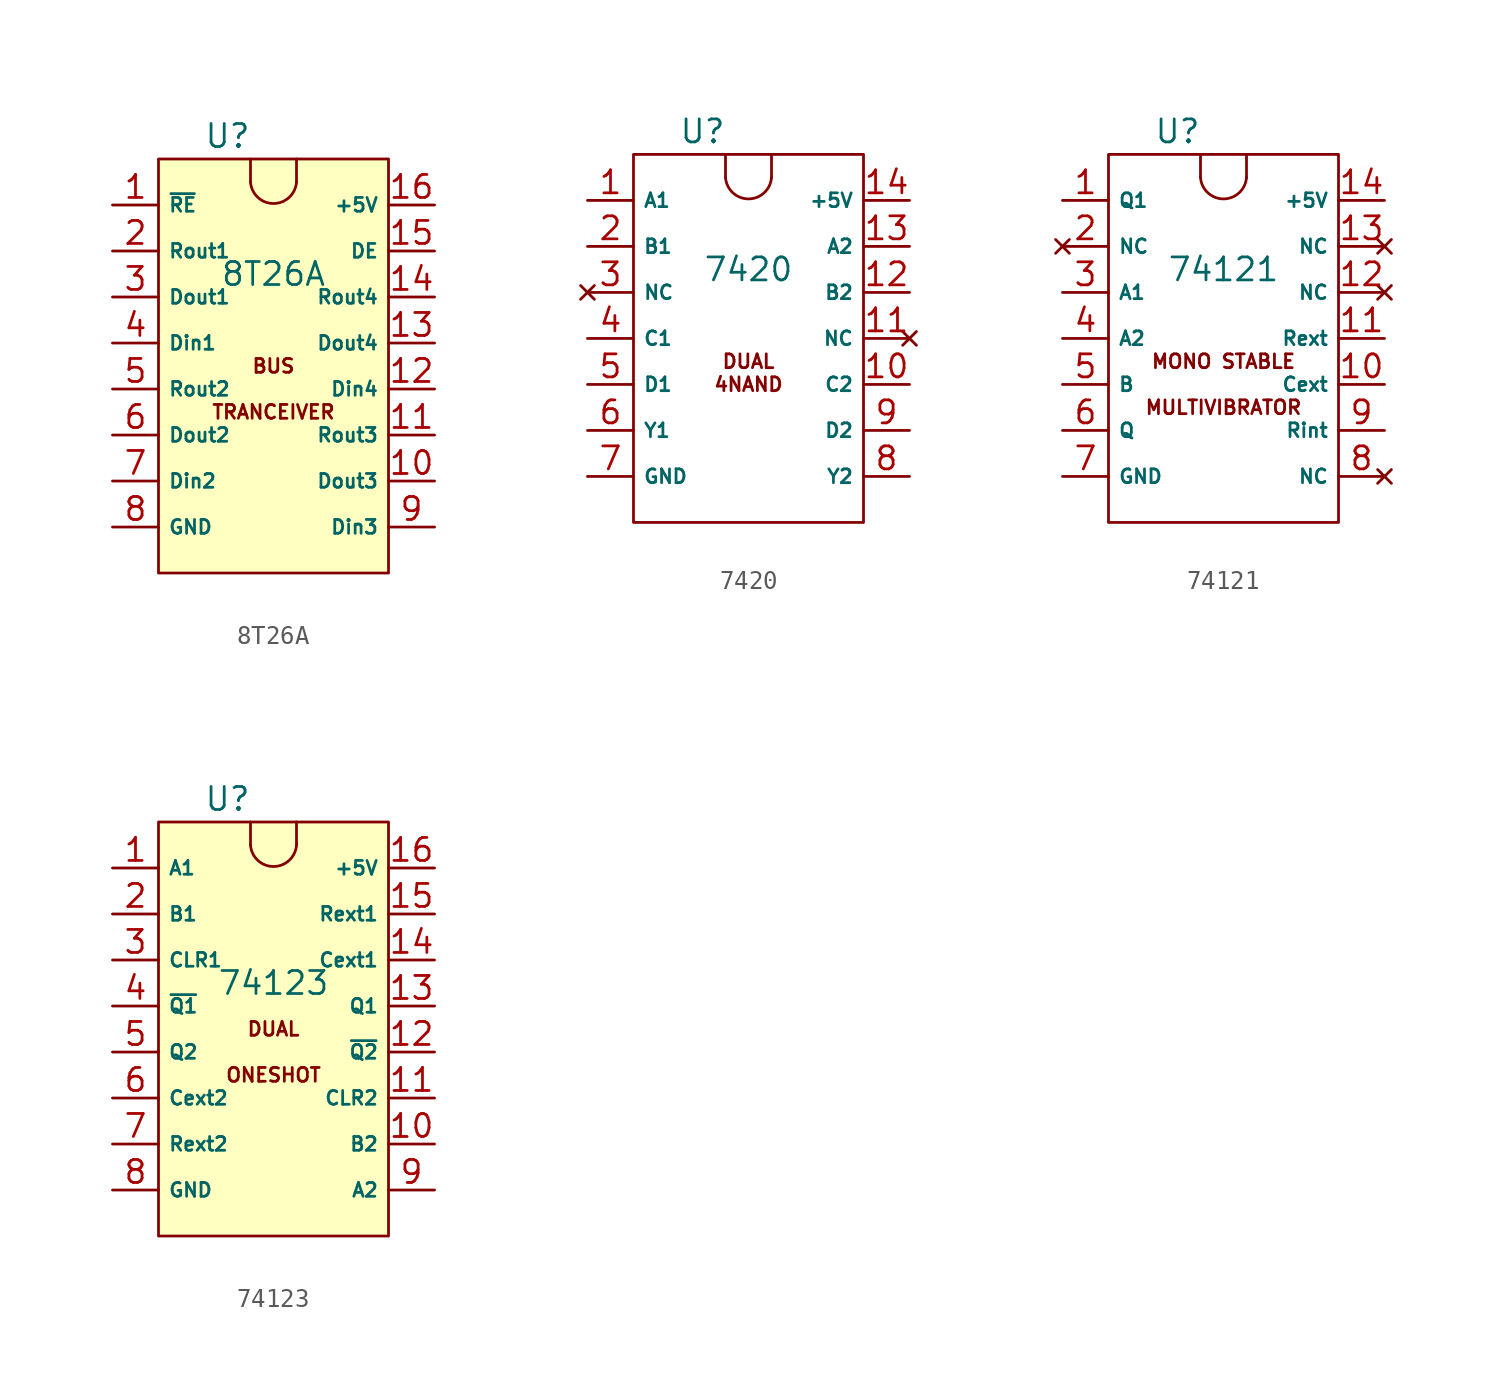
<source format=kicad_sym>
(kicad_symbol_lib
  (version 20211014)
  (generator kicad_symbol_editor)
  (symbol "8T26A"
    (property "Reference" "U"
      (at 6.35 26.67 0)
      (effects (font (size 1.27 1.27))))
    (property "Value" "8T26A"
      (at 8.89 19.05 0)
      (effects (font (size 1.27 1.27))))
    (symbol "8T26A_0_0"
      (rectangle (start 2.54 25.4) (end 15.24 2.54) (stroke (width 0) (type default) (color 0 0 0 0)) (fill (type background)))
      (text "BUS" (at 8.89 13.97 0) (effects (font (size 0.762 0.762))))
      (text "TRANCEIVER" (at 8.89 11.43 0) (effects (font (size 0.762 0.762)))))
    (symbol "8T26A_0_1"
      (polyline (pts (xy 7.62 25.4) (xy 7.62 24.13)) (stroke (width 0) (type default) (color 0 0 0 0)) (fill (type none)))
      (polyline (pts (xy 10.16 25.4) (xy 10.16 24.13)) (stroke (width 0) (type default) (color 0 0 0 0)) (fill (type none)))
      (arc (start 7.62 24.13) (mid 8.89 22.943) (end 10.16 24.13) (stroke (width 0) (type default) (color 0 0 0 0)) (fill (type none))))
    (symbol "8T26A_1_1"
      (pin input line (at 0 22.86 0) (length 2.54) (name "~{RE}" (effects (font (size 0.762 0.762)))) (number "1" (effects (font (size 1.27 1.27)))))
      (pin tri_state line (at 17.78 7.62 180) (length 2.54) (name "Dout3" (effects (font (size 0.762 0.762)))) (number "10" (effects (font (size 1.27 1.27)))))
      (pin tri_state line (at 17.78 10.16 180) (length 2.54) (name "Rout3" (effects (font (size 0.762 0.762)))) (number "11" (effects (font (size 1.27 1.27)))))
      (pin input line (at 17.78 12.7 180) (length 2.54) (name "Din4" (effects (font (size 0.762 0.762)))) (number "12" (effects (font (size 1.27 1.27)))))
      (pin tri_state line (at 17.78 15.24 180) (length 2.54) (name "Dout4" (effects (font (size 0.762 0.762)))) (number "13" (effects (font (size 1.27 1.27)))))
      (pin tri_state line (at 17.78 17.78 180) (length 2.54) (name "Rout4" (effects (font (size 0.762 0.762)))) (number "14" (effects (font (size 1.27 1.27)))))
      (pin input line (at 17.78 20.32 180) (length 2.54) (name "DE" (effects (font (size 0.762 0.762)))) (number "15" (effects (font (size 1.27 1.27)))))
      (pin power_in line (at 17.78 22.86 180) (length 2.54) (name "+5V" (effects (font (size 0.762 0.762)))) (number "16" (effects (font (size 1.27 1.27)))))
      (pin tri_state line (at 0 20.32 0) (length 2.54) (name "Rout1" (effects (font (size 0.762 0.762)))) (number "2" (effects (font (size 1.27 1.27)))))
      (pin tri_state line (at 0 17.78 0) (length 2.54) (name "Dout1" (effects (font (size 0.762 0.762)))) (number "3" (effects (font (size 1.27 1.27)))))
      (pin input line (at 0 15.24 0) (length 2.54) (name "Din1" (effects (font (size 0.762 0.762)))) (number "4" (effects (font (size 1.27 1.27)))))
      (pin tri_state line (at 0 12.7 0) (length 2.54) (name "Rout2" (effects (font (size 0.762 0.762)))) (number "5" (effects (font (size 1.27 1.27)))))
      (pin tri_state line (at 0 10.16 0) (length 2.54) (name "Dout2" (effects (font (size 0.762 0.762)))) (number "6" (effects (font (size 1.27 1.27)))))
      (pin input line (at 0 7.62 0) (length 2.54) (name "Din2" (effects (font (size 0.762 0.762)))) (number "7" (effects (font (size 1.27 1.27)))))
      (pin power_in line (at 0 5.08 0) (length 2.54) (name "GND" (effects (font (size 0.762 0.762)))) (number "8" (effects (font (size 1.27 1.27)))))
      (pin input line (at 17.78 5.08 180) (length 2.54) (name "Din3" (effects (font (size 0.762 0.762)))) (number "9" (effects (font (size 1.27 1.27)))))))
  (symbol "7420"
    (property "Reference" "U"
      (at 6.35 26.67 0)
      (effects (font (size 1.27 1.27))))
    (property "Value" "7420"
      (at 8.89 19.05 0)
      (effects (font (size 1.27 1.27))))
    (symbol "7420_0_0"
      (text "4NAND" (at 8.89 12.7 0) (effects (font (size 0.762 0.762))))
      (text "DUAL" (at 8.89 13.97 0) (effects (font (size 0.762 0.762)))))
    (symbol "7420_0_1"
      (polyline (pts (xy 7.62 25.4) (xy 7.62 24.13)) (stroke (width 0) (type default) (color 0 0 0 0)) (fill (type none)))
      (polyline (pts (xy 10.16 25.4) (xy 10.16 24.13)) (stroke (width 0) (type default) (color 0 0 0 0)) (fill (type none)))
      (rectangle (start 2.54 25.4) (end 15.24 5.08) (stroke (width 0) (type default) (color 0 0 0 0)) (fill (type none)))
      (arc (start 7.62 24.13) (mid 8.89 22.943) (end 10.16 24.13) (stroke (width 0) (type default) (color 0 0 0 0)) (fill (type none))))
    (symbol "7420_1_1"
      (pin input line (at 0 22.86 0) (length 2.54) (name "A1" (effects (font (size 0.762 0.762)))) (number "1" (effects (font (size 1.27 1.27)))))
      (pin input line (at 17.78 12.7 180) (length 2.54) (name "C2" (effects (font (size 0.762 0.762)))) (number "10" (effects (font (size 1.27 1.27)))))
      (pin no_connect line (at 17.78 15.24 180) (length 2.54) (name "NC" (effects (font (size 0.762 0.762)))) (number "11" (effects (font (size 1.27 1.27)))))
      (pin input line (at 17.78 17.78 180) (length 2.54) (name "B2" (effects (font (size 0.762 0.762)))) (number "12" (effects (font (size 1.27 1.27)))))
      (pin input line (at 17.78 20.32 180) (length 2.54) (name "A2" (effects (font (size 0.762 0.762)))) (number "13" (effects (font (size 1.27 1.27)))))
      (pin power_in line (at 17.78 22.86 180) (length 2.54) (name "+5V" (effects (font (size 0.762 0.762)))) (number "14" (effects (font (size 1.27 1.27)))))
      (pin input line (at 0 20.32 0) (length 2.54) (name "B1" (effects (font (size 0.762 0.762)))) (number "2" (effects (font (size 1.27 1.27)))))
      (pin no_connect line (at 0 17.78 0) (length 2.54) (name "NC" (effects (font (size 0.762 0.762)))) (number "3" (effects (font (size 1.27 1.27)))))
      (pin input line (at 0 15.24 0) (length 2.54) (name "C1" (effects (font (size 0.762 0.762)))) (number "4" (effects (font (size 1.27 1.27)))))
      (pin input line (at 0 12.7 0) (length 2.54) (name "D1" (effects (font (size 0.762 0.762)))) (number "5" (effects (font (size 1.27 1.27)))))
      (pin output line (at 0 10.16 0) (length 2.54) (name "Y1" (effects (font (size 0.762 0.762)))) (number "6" (effects (font (size 1.27 1.27)))))
      (pin power_in line (at 0 7.62 0) (length 2.54) (name "GND" (effects (font (size 0.762 0.762)))) (number "7" (effects (font (size 1.27 1.27)))))
      (pin output line (at 17.78 7.62 180) (length 2.54) (name "Y2" (effects (font (size 0.762 0.762)))) (number "8" (effects (font (size 1.27 1.27)))))
      (pin input line (at 17.78 10.16 180) (length 2.54) (name "D2" (effects (font (size 0.762 0.762)))) (number "9" (effects (font (size 1.27 1.27)))))))
  (symbol "74121"
    (property "Reference" "U"
      (at 6.35 26.67 0)
      (effects (font (size 1.27 1.27))))
    (property "Value" "74121"
      (at 8.89 19.05 0)
      (effects (font (size 1.27 1.27))))
    (symbol "74121_0_0"
      (text "MONO STABLE" (at 8.89 13.97 0) (effects (font (size 0.762 0.762))))
      (text "MULTIVIBRATOR" (at 8.89 11.43 0) (effects (font (size 0.762 0.762)))))
    (symbol "74121_0_1"
      (polyline (pts (xy 7.62 25.4) (xy 7.62 24.13)) (stroke (width 0) (type default) (color 0 0 0 0)) (fill (type none)))
      (polyline (pts (xy 10.16 25.4) (xy 10.16 24.13)) (stroke (width 0) (type default) (color 0 0 0 0)) (fill (type none)))
      (rectangle (start 2.54 25.4) (end 15.24 5.08) (stroke (width 0) (type default) (color 0 0 0 0)) (fill (type none)))
      (arc (start 7.62 24.13) (mid 8.89 22.943) (end 10.16 24.13) (stroke (width 0) (type default) (color 0 0 0 0)) (fill (type none))))
    (symbol "74121_1_1"
      (pin input line (at 0 22.86 0) (length 2.54) (name "Q1" (effects (font (size 0.762 0.762)))) (number "1" (effects (font (size 1.27 1.27)))))
      (pin input line (at 17.78 12.7 180) (length 2.54) (name "Cext" (effects (font (size 0.762 0.762)))) (number "10" (effects (font (size 1.27 1.27)))))
      (pin input line (at 17.78 15.24 180) (length 2.54) (name "Rext" (effects (font (size 0.762 0.762)))) (number "11" (effects (font (size 1.27 1.27)))))
      (pin no_connect line (at 17.78 17.78 180) (length 2.54) (name "NC" (effects (font (size 0.762 0.762)))) (number "12" (effects (font (size 1.27 1.27)))))
      (pin no_connect line (at 17.78 20.32 180) (length 2.54) (name "NC" (effects (font (size 0.762 0.762)))) (number "13" (effects (font (size 1.27 1.27)))))
      (pin power_in line (at 17.78 22.86 180) (length 2.54) (name "+5V" (effects (font (size 0.762 0.762)))) (number "14" (effects (font (size 1.27 1.27)))))
      (pin no_connect line (at 0 20.32 0) (length 2.54) (name "NC" (effects (font (size 0.762 0.762)))) (number "2" (effects (font (size 1.27 1.27)))))
      (pin input line (at 0 17.78 0) (length 2.54) (name "A1" (effects (font (size 0.762 0.762)))) (number "3" (effects (font (size 1.27 1.27)))))
      (pin input line (at 0 15.24 0) (length 2.54) (name "A2" (effects (font (size 0.762 0.762)))) (number "4" (effects (font (size 1.27 1.27)))))
      (pin input line (at 0 12.7 0) (length 2.54) (name "B" (effects (font (size 0.762 0.762)))) (number "5" (effects (font (size 1.27 1.27)))))
      (pin output line (at 0 10.16 0) (length 2.54) (name "Q" (effects (font (size 0.762 0.762)))) (number "6" (effects (font (size 1.27 1.27)))))
      (pin power_in line (at 0 7.62 0) (length 2.54) (name "GND" (effects (font (size 0.762 0.762)))) (number "7" (effects (font (size 1.27 1.27)))))
      (pin no_connect line (at 17.78 7.62 180) (length 2.54) (name "NC" (effects (font (size 0.762 0.762)))) (number "8" (effects (font (size 1.27 1.27)))))
      (pin input line (at 17.78 10.16 180) (length 2.54) (name "Rint" (effects (font (size 0.762 0.762)))) (number "9" (effects (font (size 1.27 1.27)))))))
  (symbol "74123"
    (property "Reference" "U"
      (at 6.35 26.67 0)
      (effects (font (size 1.27 1.27))))
    (property "Value" "74123"
      (at 8.89 16.51 0)
      (effects (font (size 1.27 1.27))))
    (symbol "74123_0_0"
      (rectangle (start 2.54 25.4) (end 15.24 2.54) (stroke (width 0) (type default) (color 0 0 0 0)) (fill (type background)))
      (text "DUAL" (at 8.89 13.97 0) (effects (font (size 0.762 0.762))))
      (text "ONESHOT" (at 8.89 11.43 0) (effects (font (size 0.762 0.762)))))
    (symbol "74123_0_1"
      (polyline (pts (xy 7.62 25.4) (xy 7.62 24.13)) (stroke (width 0) (type default) (color 0 0 0 0)) (fill (type none)))
      (polyline (pts (xy 10.16 25.4) (xy 10.16 24.13)) (stroke (width 0) (type default) (color 0 0 0 0)) (fill (type none)))
      (arc (start 7.62 24.13) (mid 8.89 22.943) (end 10.16 24.13) (stroke (width 0) (type default) (color 0 0 0 0)) (fill (type none))))
    (symbol "74123_1_1"
      (pin input line (at 0 22.86 0) (length 2.54) (name "A1" (effects (font (size 0.762 0.762)))) (number "1" (effects (font (size 1.27 1.27)))))
      (pin input line (at 17.78 7.62 180) (length 2.54) (name "B2" (effects (font (size 0.762 0.762)))) (number "10" (effects (font (size 1.27 1.27)))))
      (pin input line (at 17.78 10.16 180) (length 2.54) (name "CLR2" (effects (font (size 0.762 0.762)))) (number "11" (effects (font (size 1.27 1.27)))))
      (pin input line (at 17.78 12.7 180) (length 2.54) (name "~{Q2}" (effects (font (size 0.762 0.762)))) (number "12" (effects (font (size 1.27 1.27)))))
      (pin output line (at 17.78 15.24 180) (length 2.54) (name "Q1" (effects (font (size 0.762 0.762)))) (number "13" (effects (font (size 1.27 1.27)))))
      (pin input line (at 17.78 17.78 180) (length 2.54) (name "Cext1" (effects (font (size 0.762 0.762)))) (number "14" (effects (font (size 1.27 1.27)))))
      (pin input line (at 17.78 20.32 180) (length 2.54) (name "Rext1" (effects (font (size 0.762 0.762)))) (number "15" (effects (font (size 1.27 1.27)))))
      (pin power_in line (at 17.78 22.86 180) (length 2.54) (name "+5V" (effects (font (size 0.762 0.762)))) (number "16" (effects (font (size 1.27 1.27)))))
      (pin input line (at 0 20.32 0) (length 2.54) (name "B1" (effects (font (size 0.762 0.762)))) (number "2" (effects (font (size 1.27 1.27)))))
      (pin input line (at 0 17.78 0) (length 2.54) (name "CLR1" (effects (font (size 0.762 0.762)))) (number "3" (effects (font (size 1.27 1.27)))))
      (pin output line (at 0 15.24 0) (length 2.54) (name "~{Q1}" (effects (font (size 0.762 0.762)))) (number "4" (effects (font (size 1.27 1.27)))))
      (pin output line (at 0 12.7 0) (length 2.54) (name "Q2" (effects (font (size 0.762 0.762)))) (number "5" (effects (font (size 1.27 1.27)))))
      (pin input line (at 0 10.16 0) (length 2.54) (name "Cext2" (effects (font (size 0.762 0.762)))) (number "6" (effects (font (size 1.27 1.27)))))
      (pin input line (at 0 7.62 0) (length 2.54) (name "Rext2" (effects (font (size 0.762 0.762)))) (number "7" (effects (font (size 1.27 1.27)))))
      (pin power_in line (at 0 5.08 0) (length 2.54) (name "GND" (effects (font (size 0.762 0.762)))) (number "8" (effects (font (size 1.27 1.27)))))
      (pin input line (at 17.78 5.08 180) (length 2.54) (name "A2" (effects (font (size 0.762 0.762)))) (number "9" (effects (font (size 1.27 1.27))))))))
</source>
